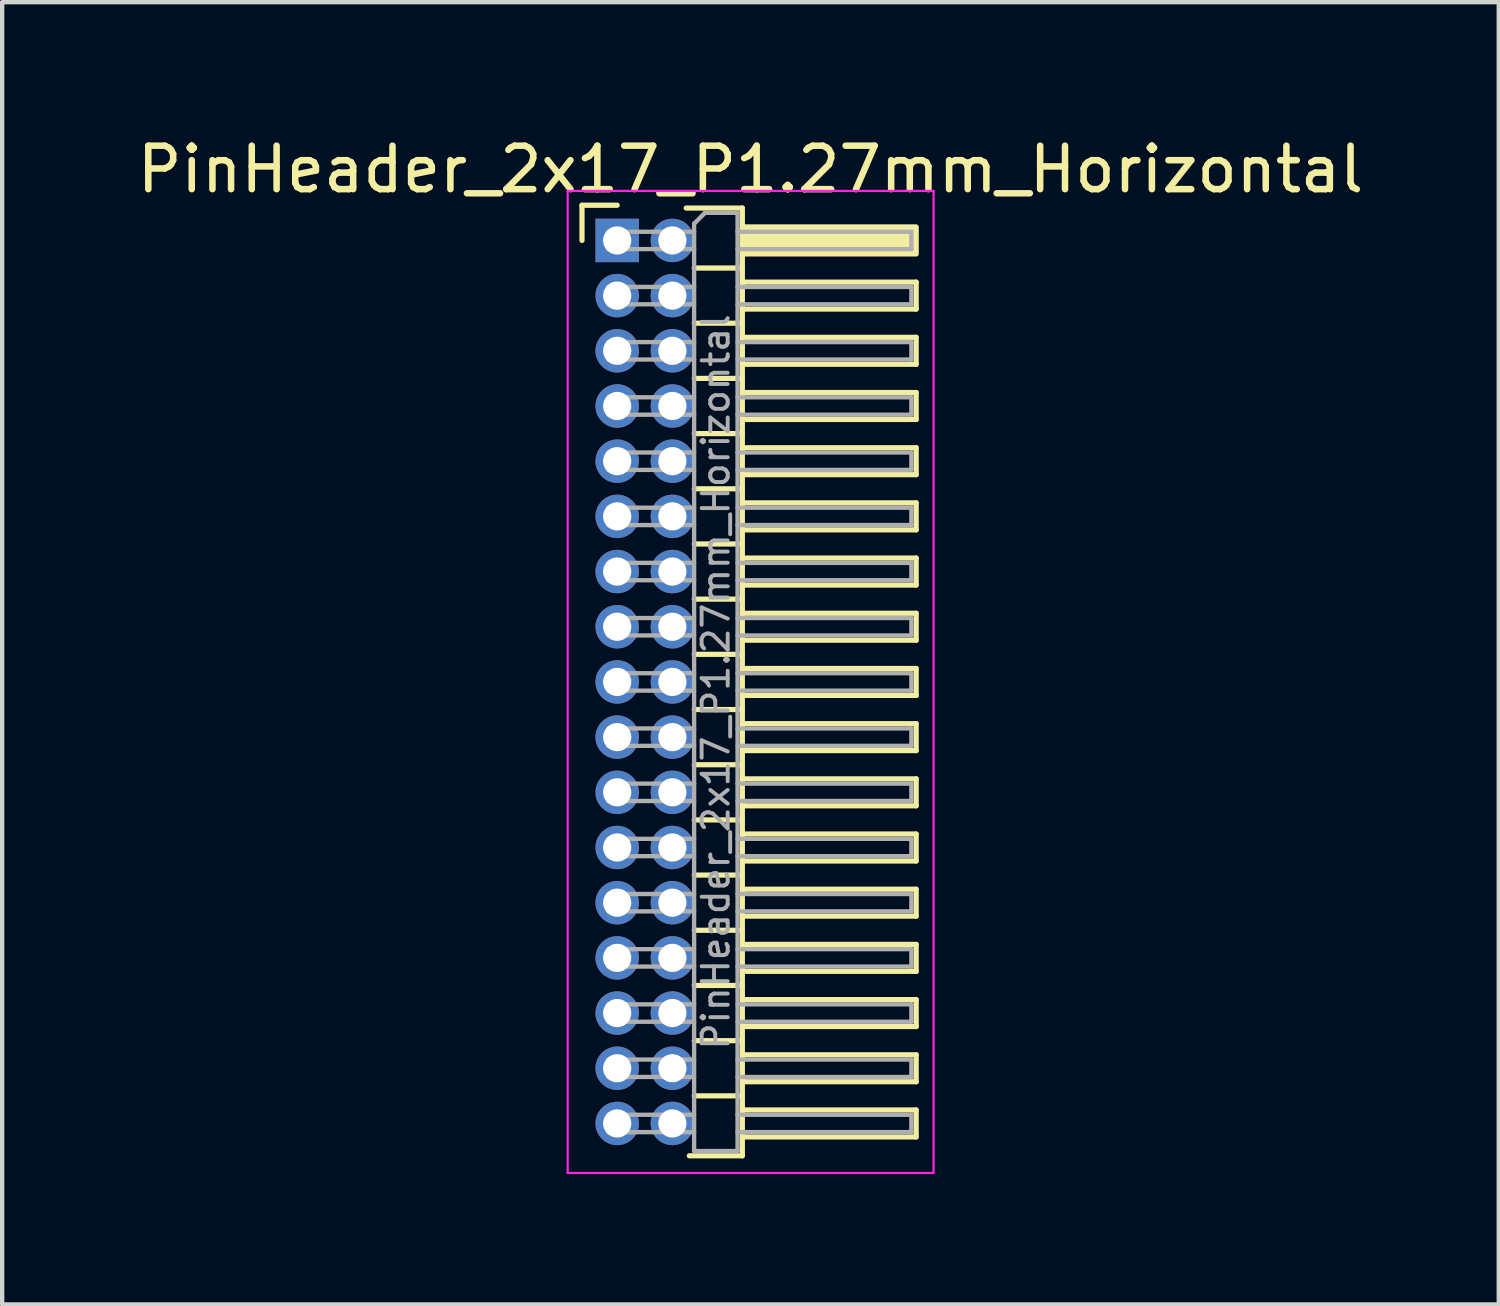
<source format=kicad_pcb>
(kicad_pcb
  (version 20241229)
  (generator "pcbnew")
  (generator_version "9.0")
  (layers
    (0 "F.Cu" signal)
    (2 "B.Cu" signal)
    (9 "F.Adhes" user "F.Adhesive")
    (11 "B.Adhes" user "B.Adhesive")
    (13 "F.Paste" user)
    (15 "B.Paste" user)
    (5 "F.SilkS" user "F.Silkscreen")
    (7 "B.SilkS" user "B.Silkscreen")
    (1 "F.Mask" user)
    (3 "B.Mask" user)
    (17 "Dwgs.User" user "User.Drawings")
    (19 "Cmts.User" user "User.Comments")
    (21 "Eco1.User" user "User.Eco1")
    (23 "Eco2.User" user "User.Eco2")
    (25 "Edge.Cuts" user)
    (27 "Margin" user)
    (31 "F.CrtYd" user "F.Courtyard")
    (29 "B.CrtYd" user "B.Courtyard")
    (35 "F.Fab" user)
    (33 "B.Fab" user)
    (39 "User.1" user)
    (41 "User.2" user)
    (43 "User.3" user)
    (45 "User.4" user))
  (footprint "PinHeader_2x17_P1.27mm_Horizontal"
    (layer "F.Cu")
    (at 11.153 2.483)
    (property "Reference" "PinHeader_2x17_P1.27mm_Horizontal" (at 3.067 -1.635 0) (layer "F.SilkS") (effects (font (size 1 1) (thickness 0.15))))
    (attr through_hole)
    (fp_line (start -0.81 -0.81) (end 0 -0.81) (stroke (width 0.12) (type solid)) (layer "F.SilkS"))
    (fp_line (start -0.81 0) (end -0.81 -0.81) (stroke (width 0.12) (type solid)) (layer "F.SilkS"))
    (fp_line (start 1.588 -0.745) (end 2.88 -0.745) (stroke (width 0.12) (type solid)) (layer "F.SilkS"))
    (fp_line (start 1.773 0.635) (end 2.88 0.635) (stroke (width 0.12) (type solid)) (layer "F.SilkS"))
    (fp_line (start 1.773 1.905) (end 2.88 1.905) (stroke (width 0.12) (type solid)) (layer "F.SilkS"))
    (fp_line (start 1.773 3.175) (end 2.88 3.175) (stroke (width 0.12) (type solid)) (layer "F.SilkS"))
    (fp_line (start 1.773 4.445) (end 2.88 4.445) (stroke (width 0.12) (type solid)) (layer "F.SilkS"))
    (fp_line (start 1.773 5.715) (end 2.88 5.715) (stroke (width 0.12) (type solid)) (layer "F.SilkS"))
    (fp_line (start 1.773 6.985) (end 2.88 6.985) (stroke (width 0.12) (type solid)) (layer "F.SilkS"))
    (fp_line (start 1.773 8.255) (end 2.88 8.255) (stroke (width 0.12) (type solid)) (layer "F.SilkS"))
    (fp_line (start 1.773 9.525) (end 2.88 9.525) (stroke (width 0.12) (type solid)) (layer "F.SilkS"))
    (fp_line (start 1.773 10.795) (end 2.88 10.795) (stroke (width 0.12) (type solid)) (layer "F.SilkS"))
    (fp_line (start 1.773 12.065) (end 2.88 12.065) (stroke (width 0.12) (type solid)) (layer "F.SilkS"))
    (fp_line (start 1.773 13.335) (end 2.88 13.335) (stroke (width 0.12) (type solid)) (layer "F.SilkS"))
    (fp_line (start 1.773 14.605) (end 2.88 14.605) (stroke (width 0.12) (type solid)) (layer "F.SilkS"))
    (fp_line (start 1.773 15.875) (end 2.88 15.875) (stroke (width 0.12) (type solid)) (layer "F.SilkS"))
    (fp_line (start 1.773 17.145) (end 2.88 17.145) (stroke (width 0.12) (type solid)) (layer "F.SilkS"))
    (fp_line (start 1.773 18.415) (end 2.88 18.415) (stroke (width 0.12) (type solid)) (layer "F.SilkS"))
    (fp_line (start 1.773 19.685) (end 2.88 19.685) (stroke (width 0.12) (type solid)) (layer "F.SilkS"))
    (fp_line (start 2.88 -0.745) (end 2.88 21.065) (stroke (width 0.12) (type solid)) (layer "F.SilkS"))
    (fp_line (start 2.88 0.96) (end 6.88 0.96) (stroke (width 0.12) (type solid)) (layer "F.SilkS"))
    (fp_line (start 2.88 2.23) (end 6.88 2.23) (stroke (width 0.12) (type solid)) (layer "F.SilkS"))
    (fp_line (start 2.88 3.5) (end 6.88 3.5) (stroke (width 0.12) (type solid)) (layer "F.SilkS"))
    (fp_line (start 2.88 4.77) (end 6.88 4.77) (stroke (width 0.12) (type solid)) (layer "F.SilkS"))
    (fp_line (start 2.88 6.04) (end 6.88 6.04) (stroke (width 0.12) (type solid)) (layer "F.SilkS"))
    (fp_line (start 2.88 7.31) (end 6.88 7.31) (stroke (width 0.12) (type solid)) (layer "F.SilkS"))
    (fp_line (start 2.88 8.58) (end 6.88 8.58) (stroke (width 0.12) (type solid)) (layer "F.SilkS"))
    (fp_line (start 2.88 9.85) (end 6.88 9.85) (stroke (width 0.12) (type solid)) (layer "F.SilkS"))
    (fp_line (start 2.88 11.12) (end 6.88 11.12) (stroke (width 0.12) (type solid)) (layer "F.SilkS"))
    (fp_line (start 2.88 12.39) (end 6.88 12.39) (stroke (width 0.12) (type solid)) (layer "F.SilkS"))
    (fp_line (start 2.88 13.66) (end 6.88 13.66) (stroke (width 0.12) (type solid)) (layer "F.SilkS"))
    (fp_line (start 2.88 14.93) (end 6.88 14.93) (stroke (width 0.12) (type solid)) (layer "F.SilkS"))
    (fp_line (start 2.88 16.2) (end 6.88 16.2) (stroke (width 0.12) (type solid)) (layer "F.SilkS"))
    (fp_line (start 2.88 17.47) (end 6.88 17.47) (stroke (width 0.12) (type solid)) (layer "F.SilkS"))
    (fp_line (start 2.88 18.74) (end 6.88 18.74) (stroke (width 0.12) (type solid)) (layer "F.SilkS"))
    (fp_line (start 2.88 20.01) (end 6.88 20.01) (stroke (width 0.12) (type solid)) (layer "F.SilkS"))
    (fp_line (start 2.88 21.065) (end 1.66 21.065) (stroke (width 0.12) (type solid)) (layer "F.SilkS"))
    (fp_line (start 6.88 0.96) (end 6.88 1.58) (stroke (width 0.12) (type solid)) (layer "F.SilkS"))
    (fp_line (start 6.88 1.58) (end 2.88 1.58) (stroke (width 0.12) (type solid)) (layer "F.SilkS"))
    (fp_line (start 6.88 2.23) (end 6.88 2.85) (stroke (width 0.12) (type solid)) (layer "F.SilkS"))
    (fp_line (start 6.88 2.85) (end 2.88 2.85) (stroke (width 0.12) (type solid)) (layer "F.SilkS"))
    (fp_line (start 6.88 3.5) (end 6.88 4.12) (stroke (width 0.12) (type solid)) (layer "F.SilkS"))
    (fp_line (start 6.88 4.12) (end 2.88 4.12) (stroke (width 0.12) (type solid)) (layer "F.SilkS"))
    (fp_line (start 6.88 4.77) (end 6.88 5.39) (stroke (width 0.12) (type solid)) (layer "F.SilkS"))
    (fp_line (start 6.88 5.39) (end 2.88 5.39) (stroke (width 0.12) (type solid)) (layer "F.SilkS"))
    (fp_line (start 6.88 6.04) (end 6.88 6.66) (stroke (width 0.12) (type solid)) (layer "F.SilkS"))
    (fp_line (start 6.88 6.66) (end 2.88 6.66) (stroke (width 0.12) (type solid)) (layer "F.SilkS"))
    (fp_line (start 6.88 7.31) (end 6.88 7.93) (stroke (width 0.12) (type solid)) (layer "F.SilkS"))
    (fp_line (start 6.88 7.93) (end 2.88 7.93) (stroke (width 0.12) (type solid)) (layer "F.SilkS"))
    (fp_line (start 6.88 8.58) (end 6.88 9.2) (stroke (width 0.12) (type solid)) (layer "F.SilkS"))
    (fp_line (start 6.88 9.2) (end 2.88 9.2) (stroke (width 0.12) (type solid)) (layer "F.SilkS"))
    (fp_line (start 6.88 9.85) (end 6.88 10.47) (stroke (width 0.12) (type solid)) (layer "F.SilkS"))
    (fp_line (start 6.88 10.47) (end 2.88 10.47) (stroke (width 0.12) (type solid)) (layer "F.SilkS"))
    (fp_line (start 6.88 11.12) (end 6.88 11.74) (stroke (width 0.12) (type solid)) (layer "F.SilkS"))
    (fp_line (start 6.88 11.74) (end 2.88 11.74) (stroke (width 0.12) (type solid)) (layer "F.SilkS"))
    (fp_line (start 6.88 12.39) (end 6.88 13.01) (stroke (width 0.12) (type solid)) (layer "F.SilkS"))
    (fp_line (start 6.88 13.01) (end 2.88 13.01) (stroke (width 0.12) (type solid)) (layer "F.SilkS"))
    (fp_line (start 6.88 13.66) (end 6.88 14.28) (stroke (width 0.12) (type solid)) (layer "F.SilkS"))
    (fp_line (start 6.88 14.28) (end 2.88 14.28) (stroke (width 0.12) (type solid)) (layer "F.SilkS"))
    (fp_line (start 6.88 14.93) (end 6.88 15.55) (stroke (width 0.12) (type solid)) (layer "F.SilkS"))
    (fp_line (start 6.88 15.55) (end 2.88 15.55) (stroke (width 0.12) (type solid)) (layer "F.SilkS"))
    (fp_line (start 6.88 16.2) (end 6.88 16.82) (stroke (width 0.12) (type solid)) (layer "F.SilkS"))
    (fp_line (start 6.88 16.82) (end 2.88 16.82) (stroke (width 0.12) (type solid)) (layer "F.SilkS"))
    (fp_line (start 6.88 17.47) (end 6.88 18.09) (stroke (width 0.12) (type solid)) (layer "F.SilkS"))
    (fp_line (start 6.88 18.09) (end 2.88 18.09) (stroke (width 0.12) (type solid)) (layer "F.SilkS"))
    (fp_line (start 6.88 18.74) (end 6.88 19.36) (stroke (width 0.12) (type solid)) (layer "F.SilkS"))
    (fp_line (start 6.88 19.36) (end 2.88 19.36) (stroke (width 0.12) (type solid)) (layer "F.SilkS"))
    (fp_line (start 6.88 20.01) (end 6.88 20.63) (stroke (width 0.12) (type solid)) (layer "F.SilkS"))
    (fp_line (start 6.88 20.63) (end 2.88 20.63) (stroke (width 0.12) (type solid)) (layer "F.SilkS"))
    (fp_rect (start 2.88 -0.31) (end 6.88 0.31) (stroke (width 0.12) (type solid)) (fill yes) (layer "F.SilkS"))
    (fp_line (start -1.14 -1.14) (end -1.14 21.46) (stroke (width 0.05) (type solid)) (layer "F.CrtYd"))
    (fp_line (start -1.14 21.46) (end 7.28 21.46) (stroke (width 0.05) (type solid)) (layer "F.CrtYd"))
    (fp_line (start 7.28 -1.14) (end -1.14 -1.14) (stroke (width 0.05) (type solid)) (layer "F.CrtYd"))
    (fp_line (start 7.28 21.46) (end 7.28 -1.14) (stroke (width 0.05) (type solid)) (layer "F.CrtYd"))
    (fp_line (start -0.2 -0.2) (end -0.2 0.2) (stroke (width 0.1) (type solid)) (layer "F.Fab"))
    (fp_line (start -0.2 -0.2) (end 1.77 -0.2) (stroke (width 0.1) (type solid)) (layer "F.Fab"))
    (fp_line (start -0.2 0.2) (end 1.77 0.2) (stroke (width 0.1) (type solid)) (layer "F.Fab"))
    (fp_line (start -0.2 1.07) (end -0.2 1.47) (stroke (width 0.1) (type solid)) (layer "F.Fab"))
    (fp_line (start -0.2 1.07) (end 1.77 1.07) (stroke (width 0.1) (type solid)) (layer "F.Fab"))
    (fp_line (start -0.2 1.47) (end 1.77 1.47) (stroke (width 0.1) (type solid)) (layer "F.Fab"))
    (fp_line (start -0.2 2.34) (end -0.2 2.74) (stroke (width 0.1) (type solid)) (layer "F.Fab"))
    (fp_line (start -0.2 2.34) (end 1.77 2.34) (stroke (width 0.1) (type solid)) (layer "F.Fab"))
    (fp_line (start -0.2 2.74) (end 1.77 2.74) (stroke (width 0.1) (type solid)) (layer "F.Fab"))
    (fp_line (start -0.2 3.61) (end -0.2 4.01) (stroke (width 0.1) (type solid)) (layer "F.Fab"))
    (fp_line (start -0.2 3.61) (end 1.77 3.61) (stroke (width 0.1) (type solid)) (layer "F.Fab"))
    (fp_line (start -0.2 4.01) (end 1.77 4.01) (stroke (width 0.1) (type solid)) (layer "F.Fab"))
    (fp_line (start -0.2 4.88) (end -0.2 5.28) (stroke (width 0.1) (type solid)) (layer "F.Fab"))
    (fp_line (start -0.2 4.88) (end 1.77 4.88) (stroke (width 0.1) (type solid)) (layer "F.Fab"))
    (fp_line (start -0.2 5.28) (end 1.77 5.28) (stroke (width 0.1) (type solid)) (layer "F.Fab"))
    (fp_line (start -0.2 6.15) (end -0.2 6.55) (stroke (width 0.1) (type solid)) (layer "F.Fab"))
    (fp_line (start -0.2 6.15) (end 1.77 6.15) (stroke (width 0.1) (type solid)) (layer "F.Fab"))
    (fp_line (start -0.2 6.55) (end 1.77 6.55) (stroke (width 0.1) (type solid)) (layer "F.Fab"))
    (fp_line (start -0.2 7.42) (end -0.2 7.82) (stroke (width 0.1) (type solid)) (layer "F.Fab"))
    (fp_line (start -0.2 7.42) (end 1.77 7.42) (stroke (width 0.1) (type solid)) (layer "F.Fab"))
    (fp_line (start -0.2 7.82) (end 1.77 7.82) (stroke (width 0.1) (type solid)) (layer "F.Fab"))
    (fp_line (start -0.2 8.69) (end -0.2 9.09) (stroke (width 0.1) (type solid)) (layer "F.Fab"))
    (fp_line (start -0.2 8.69) (end 1.77 8.69) (stroke (width 0.1) (type solid)) (layer "F.Fab"))
    (fp_line (start -0.2 9.09) (end 1.77 9.09) (stroke (width 0.1) (type solid)) (layer "F.Fab"))
    (fp_line (start -0.2 9.96) (end -0.2 10.36) (stroke (width 0.1) (type solid)) (layer "F.Fab"))
    (fp_line (start -0.2 9.96) (end 1.77 9.96) (stroke (width 0.1) (type solid)) (layer "F.Fab"))
    (fp_line (start -0.2 10.36) (end 1.77 10.36) (stroke (width 0.1) (type solid)) (layer "F.Fab"))
    (fp_line (start -0.2 11.23) (end -0.2 11.63) (stroke (width 0.1) (type solid)) (layer "F.Fab"))
    (fp_line (start -0.2 11.23) (end 1.77 11.23) (stroke (width 0.1) (type solid)) (layer "F.Fab"))
    (fp_line (start -0.2 11.63) (end 1.77 11.63) (stroke (width 0.1) (type solid)) (layer "F.Fab"))
    (fp_line (start -0.2 12.5) (end -0.2 12.9) (stroke (width 0.1) (type solid)) (layer "F.Fab"))
    (fp_line (start -0.2 12.5) (end 1.77 12.5) (stroke (width 0.1) (type solid)) (layer "F.Fab"))
    (fp_line (start -0.2 12.9) (end 1.77 12.9) (stroke (width 0.1) (type solid)) (layer "F.Fab"))
    (fp_line (start -0.2 13.77) (end -0.2 14.17) (stroke (width 0.1) (type solid)) (layer "F.Fab"))
    (fp_line (start -0.2 13.77) (end 1.77 13.77) (stroke (width 0.1) (type solid)) (layer "F.Fab"))
    (fp_line (start -0.2 14.17) (end 1.77 14.17) (stroke (width 0.1) (type solid)) (layer "F.Fab"))
    (fp_line (start -0.2 15.04) (end -0.2 15.44) (stroke (width 0.1) (type solid)) (layer "F.Fab"))
    (fp_line (start -0.2 15.04) (end 1.77 15.04) (stroke (width 0.1) (type solid)) (layer "F.Fab"))
    (fp_line (start -0.2 15.44) (end 1.77 15.44) (stroke (width 0.1) (type solid)) (layer "F.Fab"))
    (fp_line (start -0.2 16.31) (end -0.2 16.71) (stroke (width 0.1) (type solid)) (layer "F.Fab"))
    (fp_line (start -0.2 16.31) (end 1.77 16.31) (stroke (width 0.1) (type solid)) (layer "F.Fab"))
    (fp_line (start -0.2 16.71) (end 1.77 16.71) (stroke (width 0.1) (type solid)) (layer "F.Fab"))
    (fp_line (start -0.2 17.58) (end -0.2 17.98) (stroke (width 0.1) (type solid)) (layer "F.Fab"))
    (fp_line (start -0.2 17.58) (end 1.77 17.58) (stroke (width 0.1) (type solid)) (layer "F.Fab"))
    (fp_line (start -0.2 17.98) (end 1.77 17.98) (stroke (width 0.1) (type solid)) (layer "F.Fab"))
    (fp_line (start -0.2 18.85) (end -0.2 19.25) (stroke (width 0.1) (type solid)) (layer "F.Fab"))
    (fp_line (start -0.2 18.85) (end 1.77 18.85) (stroke (width 0.1) (type solid)) (layer "F.Fab"))
    (fp_line (start -0.2 19.25) (end 1.77 19.25) (stroke (width 0.1) (type solid)) (layer "F.Fab"))
    (fp_line (start -0.2 20.12) (end -0.2 20.52) (stroke (width 0.1) (type solid)) (layer "F.Fab"))
    (fp_line (start -0.2 20.12) (end 1.77 20.12) (stroke (width 0.1) (type solid)) (layer "F.Fab"))
    (fp_line (start -0.2 20.52) (end 1.77 20.52) (stroke (width 0.1) (type solid)) (layer "F.Fab"))
    (fp_line (start 1.77 -0.385) (end 2.02 -0.635) (stroke (width 0.1) (type solid)) (layer "F.Fab"))
    (fp_line (start 1.77 20.955) (end 1.77 -0.385) (stroke (width 0.1) (type solid)) (layer "F.Fab"))
    (fp_line (start 2.02 -0.635) (end 2.77 -0.635) (stroke (width 0.1) (type solid)) (layer "F.Fab"))
    (fp_line (start 2.77 -0.635) (end 2.77 20.955) (stroke (width 0.1) (type solid)) (layer "F.Fab"))
    (fp_line (start 2.77 -0.2) (end 6.77 -0.2) (stroke (width 0.1) (type solid)) (layer "F.Fab"))
    (fp_line (start 2.77 0.2) (end 6.77 0.2) (stroke (width 0.1) (type solid)) (layer "F.Fab"))
    (fp_line (start 2.77 1.07) (end 6.77 1.07) (stroke (width 0.1) (type solid)) (layer "F.Fab"))
    (fp_line (start 2.77 1.47) (end 6.77 1.47) (stroke (width 0.1) (type solid)) (layer "F.Fab"))
    (fp_line (start 2.77 2.34) (end 6.77 2.34) (stroke (width 0.1) (type solid)) (layer "F.Fab"))
    (fp_line (start 2.77 2.74) (end 6.77 2.74) (stroke (width 0.1) (type solid)) (layer "F.Fab"))
    (fp_line (start 2.77 3.61) (end 6.77 3.61) (stroke (width 0.1) (type solid)) (layer "F.Fab"))
    (fp_line (start 2.77 4.01) (end 6.77 4.01) (stroke (width 0.1) (type solid)) (layer "F.Fab"))
    (fp_line (start 2.77 4.88) (end 6.77 4.88) (stroke (width 0.1) (type solid)) (layer "F.Fab"))
    (fp_line (start 2.77 5.28) (end 6.77 5.28) (stroke (width 0.1) (type solid)) (layer "F.Fab"))
    (fp_line (start 2.77 6.15) (end 6.77 6.15) (stroke (width 0.1) (type solid)) (layer "F.Fab"))
    (fp_line (start 2.77 6.55) (end 6.77 6.55) (stroke (width 0.1) (type solid)) (layer "F.Fab"))
    (fp_line (start 2.77 7.42) (end 6.77 7.42) (stroke (width 0.1) (type solid)) (layer "F.Fab"))
    (fp_line (start 2.77 7.82) (end 6.77 7.82) (stroke (width 0.1) (type solid)) (layer "F.Fab"))
    (fp_line (start 2.77 8.69) (end 6.77 8.69) (stroke (width 0.1) (type solid)) (layer "F.Fab"))
    (fp_line (start 2.77 9.09) (end 6.77 9.09) (stroke (width 0.1) (type solid)) (layer "F.Fab"))
    (fp_line (start 2.77 9.96) (end 6.77 9.96) (stroke (width 0.1) (type solid)) (layer "F.Fab"))
    (fp_line (start 2.77 10.36) (end 6.77 10.36) (stroke (width 0.1) (type solid)) (layer "F.Fab"))
    (fp_line (start 2.77 11.23) (end 6.77 11.23) (stroke (width 0.1) (type solid)) (layer "F.Fab"))
    (fp_line (start 2.77 11.63) (end 6.77 11.63) (stroke (width 0.1) (type solid)) (layer "F.Fab"))
    (fp_line (start 2.77 12.5) (end 6.77 12.5) (stroke (width 0.1) (type solid)) (layer "F.Fab"))
    (fp_line (start 2.77 12.9) (end 6.77 12.9) (stroke (width 0.1) (type solid)) (layer "F.Fab"))
    (fp_line (start 2.77 13.77) (end 6.77 13.77) (stroke (width 0.1) (type solid)) (layer "F.Fab"))
    (fp_line (start 2.77 14.17) (end 6.77 14.17) (stroke (width 0.1) (type solid)) (layer "F.Fab"))
    (fp_line (start 2.77 15.04) (end 6.77 15.04) (stroke (width 0.1) (type solid)) (layer "F.Fab"))
    (fp_line (start 2.77 15.44) (end 6.77 15.44) (stroke (width 0.1) (type solid)) (layer "F.Fab"))
    (fp_line (start 2.77 16.31) (end 6.77 16.31) (stroke (width 0.1) (type solid)) (layer "F.Fab"))
    (fp_line (start 2.77 16.71) (end 6.77 16.71) (stroke (width 0.1) (type solid)) (layer "F.Fab"))
    (fp_line (start 2.77 17.58) (end 6.77 17.58) (stroke (width 0.1) (type solid)) (layer "F.Fab"))
    (fp_line (start 2.77 17.98) (end 6.77 17.98) (stroke (width 0.1) (type solid)) (layer "F.Fab"))
    (fp_line (start 2.77 18.85) (end 6.77 18.85) (stroke (width 0.1) (type solid)) (layer "F.Fab"))
    (fp_line (start 2.77 19.25) (end 6.77 19.25) (stroke (width 0.1) (type solid)) (layer "F.Fab"))
    (fp_line (start 2.77 20.12) (end 6.77 20.12) (stroke (width 0.1) (type solid)) (layer "F.Fab"))
    (fp_line (start 2.77 20.52) (end 6.77 20.52) (stroke (width 0.1) (type solid)) (layer "F.Fab"))
    (fp_line (start 2.77 20.955) (end 1.77 20.955) (stroke (width 0.1) (type solid)) (layer "F.Fab"))
    (fp_line (start 6.77 -0.2) (end 6.77 0.2) (stroke (width 0.1) (type solid)) (layer "F.Fab"))
    (fp_line (start 6.77 1.07) (end 6.77 1.47) (stroke (width 0.1) (type solid)) (layer "F.Fab"))
    (fp_line (start 6.77 2.34) (end 6.77 2.74) (stroke (width 0.1) (type solid)) (layer "F.Fab"))
    (fp_line (start 6.77 3.61) (end 6.77 4.01) (stroke (width 0.1) (type solid)) (layer "F.Fab"))
    (fp_line (start 6.77 4.88) (end 6.77 5.28) (stroke (width 0.1) (type solid)) (layer "F.Fab"))
    (fp_line (start 6.77 6.15) (end 6.77 6.55) (stroke (width 0.1) (type solid)) (layer "F.Fab"))
    (fp_line (start 6.77 7.42) (end 6.77 7.82) (stroke (width 0.1) (type solid)) (layer "F.Fab"))
    (fp_line (start 6.77 8.69) (end 6.77 9.09) (stroke (width 0.1) (type solid)) (layer "F.Fab"))
    (fp_line (start 6.77 9.96) (end 6.77 10.36) (stroke (width 0.1) (type solid)) (layer "F.Fab"))
    (fp_line (start 6.77 11.23) (end 6.77 11.63) (stroke (width 0.1) (type solid)) (layer "F.Fab"))
    (fp_line (start 6.77 12.5) (end 6.77 12.9) (stroke (width 0.1) (type solid)) (layer "F.Fab"))
    (fp_line (start 6.77 13.77) (end 6.77 14.17) (stroke (width 0.1) (type solid)) (layer "F.Fab"))
    (fp_line (start 6.77 15.04) (end 6.77 15.44) (stroke (width 0.1) (type solid)) (layer "F.Fab"))
    (fp_line (start 6.77 16.31) (end 6.77 16.71) (stroke (width 0.1) (type solid)) (layer "F.Fab"))
    (fp_line (start 6.77 17.58) (end 6.77 17.98) (stroke (width 0.1) (type solid)) (layer "F.Fab"))
    (fp_line (start 6.77 18.85) (end 6.77 19.25) (stroke (width 0.1) (type solid)) (layer "F.Fab"))
    (fp_line (start 6.77 20.12) (end 6.77 20.52) (stroke (width 0.1) (type solid)) (layer "F.Fab"))
    (fp_text user "${REFERENCE}" (at 2.27 10.16 90) (layer "F.Fab") (effects (font (size 0.6 0.6) (thickness 0.09))))
    (pad "1" thru_hole rect (at 0 0) (size 1 1) (drill 0.65) (layers "*.Cu" "*.Mask"))
    (pad "2" thru_hole circle (at 1.27 0) (size 1 1) (drill 0.65) (layers "*.Cu" "*.Mask"))
    (pad "3" thru_hole circle (at 0 1.27) (size 1 1) (drill 0.65) (layers "*.Cu" "*.Mask"))
    (pad "4" thru_hole circle (at 1.27 1.27) (size 1 1) (drill 0.65) (layers "*.Cu" "*.Mask"))
    (pad "5" thru_hole circle (at 0 2.54) (size 1 1) (drill 0.65) (layers "*.Cu" "*.Mask"))
    (pad "6" thru_hole circle (at 1.27 2.54) (size 1 1) (drill 0.65) (layers "*.Cu" "*.Mask"))
    (pad "7" thru_hole circle (at 0 3.81) (size 1 1) (drill 0.65) (layers "*.Cu" "*.Mask"))
    (pad "8" thru_hole circle (at 1.27 3.81) (size 1 1) (drill 0.65) (layers "*.Cu" "*.Mask"))
    (pad "9" thru_hole circle (at 0 5.08) (size 1 1) (drill 0.65) (layers "*.Cu" "*.Mask"))
    (pad "10" thru_hole circle (at 1.27 5.08) (size 1 1) (drill 0.65) (layers "*.Cu" "*.Mask"))
    (pad "11" thru_hole circle (at 0 6.35) (size 1 1) (drill 0.65) (layers "*.Cu" "*.Mask"))
    (pad "12" thru_hole circle (at 1.27 6.35) (size 1 1) (drill 0.65) (layers "*.Cu" "*.Mask"))
    (pad "13" thru_hole circle (at 0 7.62) (size 1 1) (drill 0.65) (layers "*.Cu" "*.Mask"))
    (pad "14" thru_hole circle (at 1.27 7.62) (size 1 1) (drill 0.65) (layers "*.Cu" "*.Mask"))
    (pad "15" thru_hole circle (at 0 8.89) (size 1 1) (drill 0.65) (layers "*.Cu" "*.Mask"))
    (pad "16" thru_hole circle (at 1.27 8.89) (size 1 1) (drill 0.65) (layers "*.Cu" "*.Mask"))
    (pad "17" thru_hole circle (at 0 10.16) (size 1 1) (drill 0.65) (layers "*.Cu" "*.Mask"))
    (pad "18" thru_hole circle (at 1.27 10.16) (size 1 1) (drill 0.65) (layers "*.Cu" "*.Mask"))
    (pad "19" thru_hole circle (at 0 11.43) (size 1 1) (drill 0.65) (layers "*.Cu" "*.Mask"))
    (pad "20" thru_hole circle (at 1.27 11.43) (size 1 1) (drill 0.65) (layers "*.Cu" "*.Mask"))
    (pad "21" thru_hole circle (at 0 12.7) (size 1 1) (drill 0.65) (layers "*.Cu" "*.Mask"))
    (pad "22" thru_hole circle (at 1.27 12.7) (size 1 1) (drill 0.65) (layers "*.Cu" "*.Mask"))
    (pad "23" thru_hole circle (at 0 13.97) (size 1 1) (drill 0.65) (layers "*.Cu" "*.Mask"))
    (pad "24" thru_hole circle (at 1.27 13.97) (size 1 1) (drill 0.65) (layers "*.Cu" "*.Mask"))
    (pad "25" thru_hole circle (at 0 15.24) (size 1 1) (drill 0.65) (layers "*.Cu" "*.Mask"))
    (pad "26" thru_hole circle (at 1.27 15.24) (size 1 1) (drill 0.65) (layers "*.Cu" "*.Mask"))
    (pad "27" thru_hole circle (at 0 16.51) (size 1 1) (drill 0.65) (layers "*.Cu" "*.Mask"))
    (pad "28" thru_hole circle (at 1.27 16.51) (size 1 1) (drill 0.65) (layers "*.Cu" "*.Mask"))
    (pad "29" thru_hole circle (at 0 17.78) (size 1 1) (drill 0.65) (layers "*.Cu" "*.Mask"))
    (pad "30" thru_hole circle (at 1.27 17.78) (size 1 1) (drill 0.65) (layers "*.Cu" "*.Mask"))
    (pad "31" thru_hole circle (at 0 19.05) (size 1 1) (drill 0.65) (layers "*.Cu" "*.Mask"))
    (pad "32" thru_hole circle (at 1.27 19.05) (size 1 1) (drill 0.65) (layers "*.Cu" "*.Mask"))
    (pad "33" thru_hole circle (at 0 20.32) (size 1 1) (drill 0.65) (layers "*.Cu" "*.Mask"))
    (pad "34" thru_hole circle (at 1.27 20.32) (size 1 1) (drill 0.65) (layers "*.Cu" "*.Mask")))
  (gr_rect
    (start -3 -3)
    (end 31.44 26.968)
    (stroke (width 0.1) (type default))
    (fill no)
    (layer "Edge.Cuts")))
</source>
